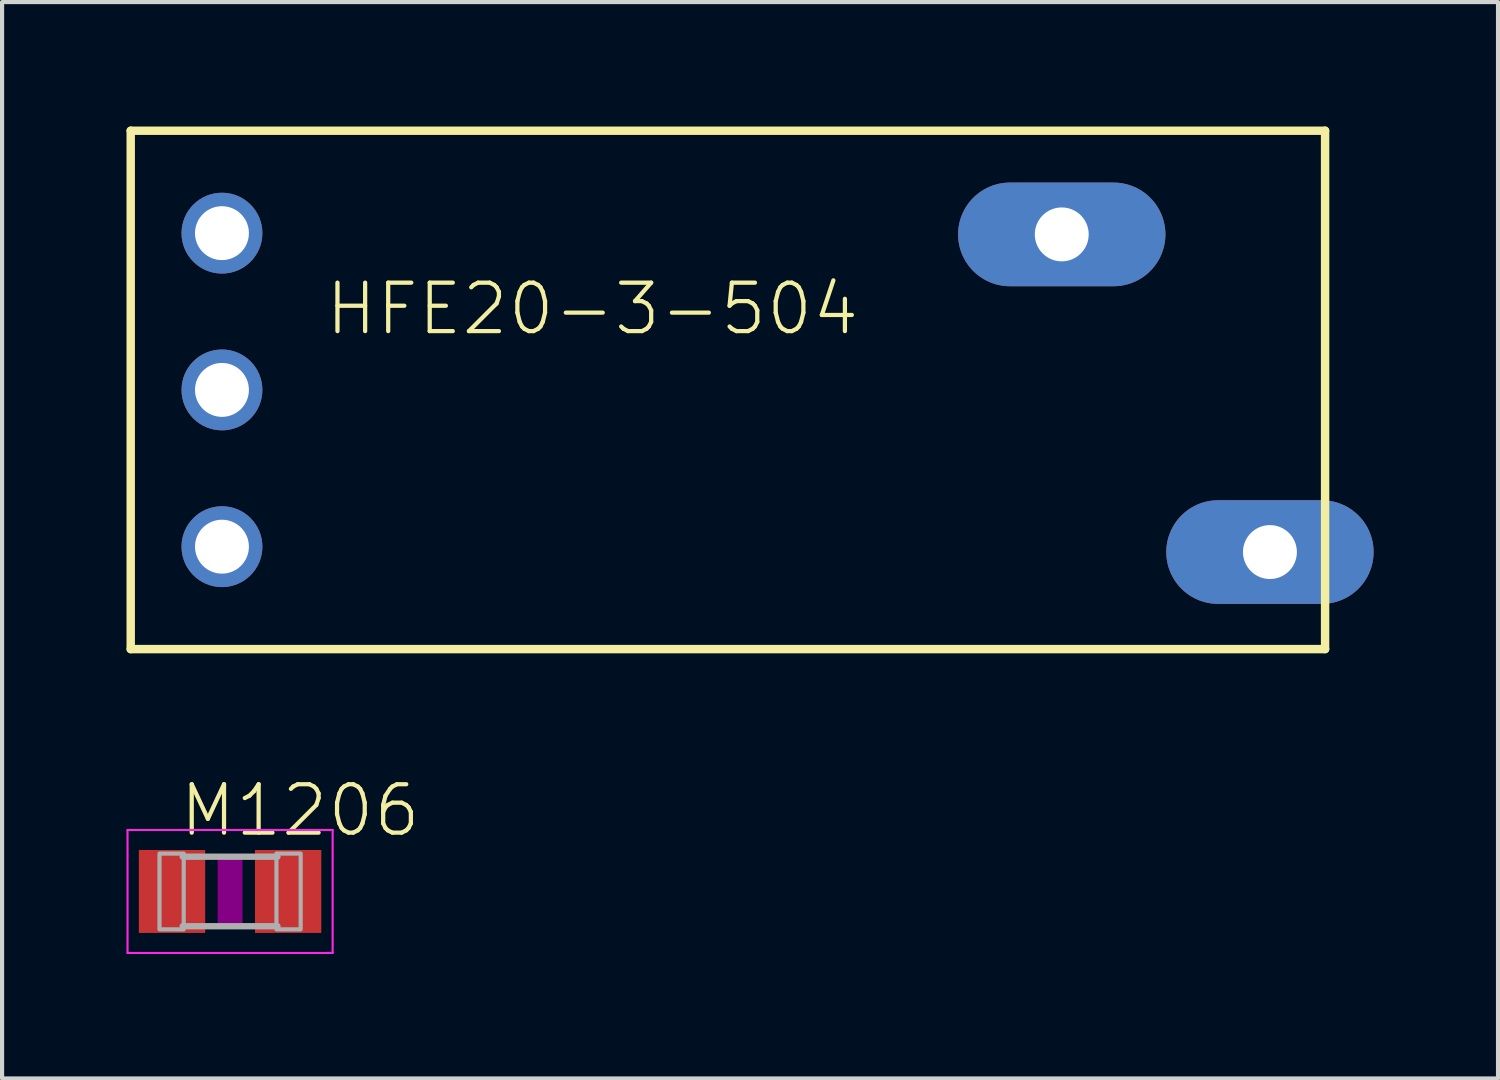
<source format=kicad_pcb>
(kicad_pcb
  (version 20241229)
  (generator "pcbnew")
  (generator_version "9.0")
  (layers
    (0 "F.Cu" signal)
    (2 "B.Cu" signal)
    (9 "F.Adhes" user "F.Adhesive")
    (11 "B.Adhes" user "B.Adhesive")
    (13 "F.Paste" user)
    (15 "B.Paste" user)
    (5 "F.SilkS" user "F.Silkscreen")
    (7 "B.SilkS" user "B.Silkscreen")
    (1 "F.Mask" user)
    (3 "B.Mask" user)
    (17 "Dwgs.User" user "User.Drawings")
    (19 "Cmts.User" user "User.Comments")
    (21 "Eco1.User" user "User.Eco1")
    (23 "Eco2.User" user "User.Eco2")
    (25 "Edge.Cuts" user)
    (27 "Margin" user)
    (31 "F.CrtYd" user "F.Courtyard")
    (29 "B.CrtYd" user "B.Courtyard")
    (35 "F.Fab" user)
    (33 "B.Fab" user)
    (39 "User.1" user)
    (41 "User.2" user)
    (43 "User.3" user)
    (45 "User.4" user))
  (footprint "HFE20-3-504"
    (layer "F.Cu")
    (at 14.902 6.352)
    (property "Reference" "HFE20-3-504" (at -10.16 -1.27 0) (layer "F.SilkS") (effects (font (size 1.168 1.168) (thickness 0.102)) (justify left bottom)))
    (fp_line (start -14.8 -6.25) (end 14 -6.25) (stroke (width 0.203) (type solid)) (layer "F.SilkS"))
    (fp_line (start -14.8 6.25) (end -14.8 -6.25) (stroke (width 0.203) (type solid)) (layer "F.SilkS"))
    (fp_line (start 14 -6.25) (end 14 6.25) (stroke (width 0.203) (type solid)) (layer "F.SilkS"))
    (fp_line (start 14 6.25) (end -14.8 6.25) (stroke (width 0.203) (type solid)) (layer "F.SilkS"))
    (pad "1" thru_hole circle (at -12.6 3.78) (size 1.95 1.95) (drill 1.3) (layers "*.Cu" "*.Mask"))
    (pad "2" thru_hole circle (at -12.6 -3.78) (size 1.95 1.95) (drill 1.3) (layers "*.Cu" "*.Mask"))
    (pad "5" thru_hole circle (at -12.6 0) (size 1.95 1.95) (drill 1.3) (layers "*.Cu" "*.Mask"))
    (pad "11A" thru_hole oval (at 7.65 -3.75 180) (size 5 2.5) (drill 1.3) (layers "*.Cu" "*.Mask"))
    (pad "14B" thru_hole oval (at 12.67 3.91 180) (size 5 2.5) (drill 1.3) (layers "*.Cu" "*.Mask")))
  (footprint "M1206"
    (layer "F.Cu")
    (at 2.498 18.446)
    (property "Reference" "M1206" (at -1.27 -1.27 0) (layer "F.SilkS") (effects (font (size 1.168 1.168) (thickness 0.102)) (justify left bottom)))
    (fp_poly (pts (xy -0.3 0.8) (xy 0.3 0.8) (xy 0.3 -0.8) (xy -0.3 -0.8)) (stroke (width 0) (type default)) (fill yes) (layer "F.Adhes"))
    (fp_line (start -2.473 -1.483) (end 2.473 -1.483) (stroke (width 0.051) (type solid)) (layer "F.CrtYd"))
    (fp_line (start -2.473 1.483) (end -2.473 -1.483) (stroke (width 0.051) (type solid)) (layer "F.CrtYd"))
    (fp_line (start 2.473 -1.483) (end 2.473 1.483) (stroke (width 0.051) (type solid)) (layer "F.CrtYd"))
    (fp_line (start 2.473 1.483) (end -2.473 1.483) (stroke (width 0.051) (type solid)) (layer "F.CrtYd"))
    (fp_line (start 1.143 -0.838) (end -1.143 -0.838) (stroke (width 0.152) (type solid)) (layer "F.Fab"))
    (fp_line (start 1.143 0.838) (end -1.143 0.838) (stroke (width 0.152) (type solid)) (layer "F.Fab"))
    (fp_poly (pts (xy -1.702 0.914) (xy -1.118 0.914) (xy -1.118 -0.914) (xy -1.702 -0.914)) (stroke (width 0.1) (type default)) (fill no) (layer "F.Fab"))
    (fp_poly (pts (xy 1.118 0.914) (xy 1.702 0.914) (xy 1.702 -0.914) (xy 1.118 -0.914)) (stroke (width 0.1) (type default)) (fill no) (layer "F.Fab"))
    (pad "1" smd rect (at -1.4 0) (size 1.6 2) (layers "F.Cu" "F.Mask" "F.Paste"))
    (pad "2" smd rect (at 1.4 0) (size 1.6 2) (layers "F.Cu" "F.Mask" "F.Paste")))
  (gr_rect
    (start -3 -3)
    (end 33.072 22.955)
    (stroke (width 0.1) (type default))
    (fill no)
    (layer "Edge.Cuts")))
</source>
